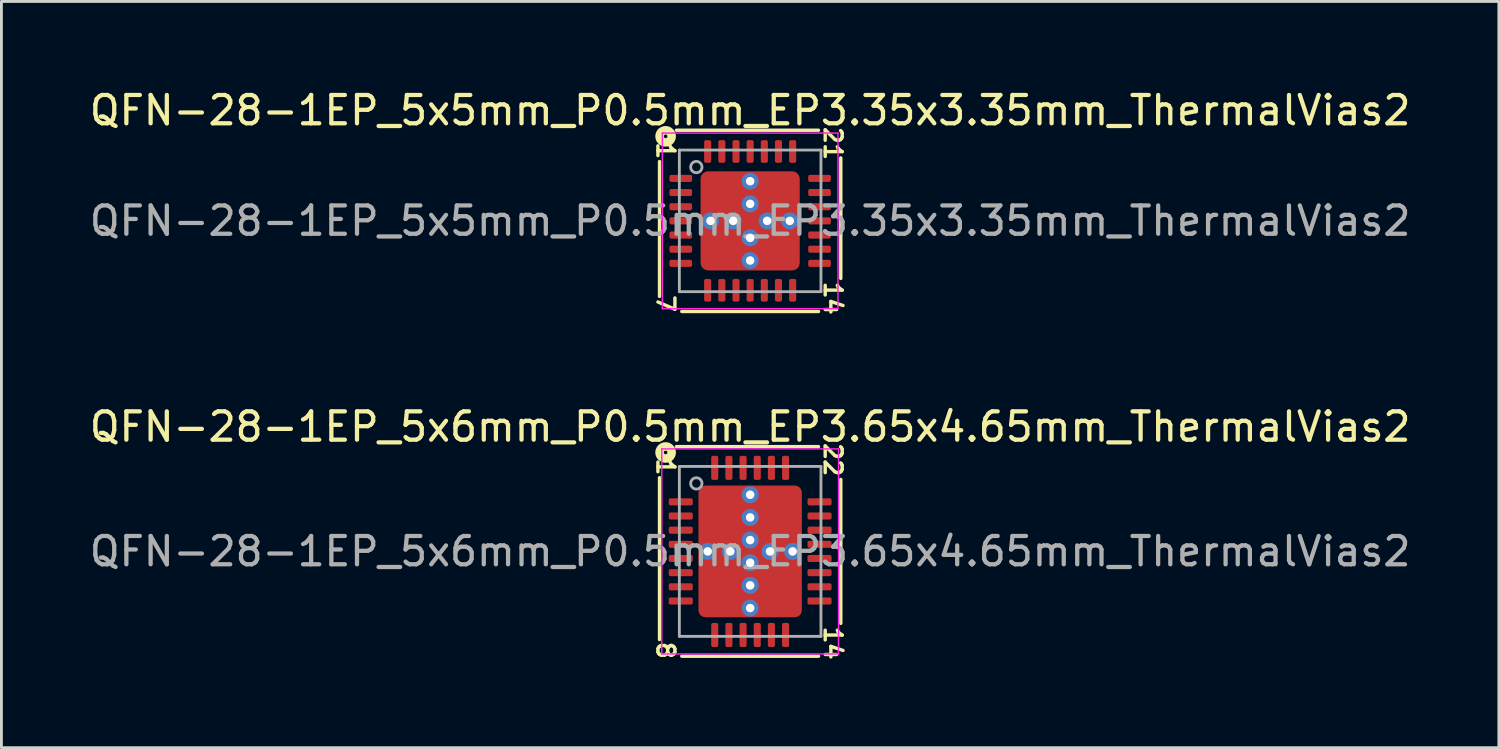
<source format=kicad_pcb>
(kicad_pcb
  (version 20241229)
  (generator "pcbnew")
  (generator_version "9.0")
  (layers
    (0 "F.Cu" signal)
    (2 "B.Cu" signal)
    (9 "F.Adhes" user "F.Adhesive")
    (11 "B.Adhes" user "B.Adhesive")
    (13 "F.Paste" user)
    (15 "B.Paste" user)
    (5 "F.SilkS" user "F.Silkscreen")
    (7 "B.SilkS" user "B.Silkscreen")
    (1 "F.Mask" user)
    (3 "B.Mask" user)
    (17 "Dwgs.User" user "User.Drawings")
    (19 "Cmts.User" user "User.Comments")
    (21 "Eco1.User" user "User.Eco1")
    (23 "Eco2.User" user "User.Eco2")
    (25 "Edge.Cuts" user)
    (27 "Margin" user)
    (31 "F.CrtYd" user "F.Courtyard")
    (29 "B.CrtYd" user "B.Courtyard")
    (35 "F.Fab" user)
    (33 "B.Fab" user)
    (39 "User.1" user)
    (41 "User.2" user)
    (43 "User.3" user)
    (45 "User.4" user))
  (footprint "QFN-28-1EP_5x6mm_P0.5mm_EP3.65x4.65mm_ThermalVias2"
    (layer "F.Cu")
    (at 23.435 16.418)
    (property "Reference" "QFN-28-1EP_5x6mm_P0.5mm_EP3.65x4.65mm_ThermalVias2" (at 0 -4.4 0) (layer "F.SilkS") (effects (font (size 1 1) (thickness 0.15))))
    (attr smd)
    (fp_line (start -3.2 -2.603) (end -3.2 3.111) (stroke (width 0.12) (type solid)) (layer "F.SilkS"))
    (fp_line (start -2.413 3.7) (end 2.413 3.7) (stroke (width 0.12) (type solid)) (layer "F.SilkS"))
    (fp_line (start 2.413 -3.7) (end -2.603 -3.7) (stroke (width 0.12) (type solid)) (layer "F.SilkS"))
    (fp_line (start 3.2 2.54) (end 3.2 -2.54) (stroke (width 0.12) (type solid)) (layer "F.SilkS"))
    (fp_circle (center -2.985 -3.493) (end -2.921 -3.493) (stroke (width 0.3) (type solid)) (fill no) (layer "F.SilkS"))
    (fp_line (start -3.12 -3.62) (end -3.12 3.62) (stroke (width 0.05) (type solid)) (layer "F.CrtYd"))
    (fp_line (start -3.12 3.62) (end 3.12 3.62) (stroke (width 0.05) (type solid)) (layer "F.CrtYd"))
    (fp_line (start 3.12 -3.62) (end -3.12 -3.62) (stroke (width 0.05) (type solid)) (layer "F.CrtYd"))
    (fp_line (start 3.12 3.62) (end 3.12 -3.62) (stroke (width 0.05) (type solid)) (layer "F.CrtYd"))
    (fp_line (start -2.5 -3) (end 2.5 -3) (stroke (width 0.1) (type solid)) (layer "F.Fab"))
    (fp_line (start -2.5 3) (end -2.5 -3) (stroke (width 0.1) (type solid)) (layer "F.Fab"))
    (fp_line (start 2.5 -3) (end 2.5 3) (stroke (width 0.1) (type solid)) (layer "F.Fab"))
    (fp_line (start 2.5 3) (end -2.5 3) (stroke (width 0.1) (type solid)) (layer "F.Fab"))
    (fp_circle (center -1.9 -2.4) (end -1.7 -2.4) (stroke (width 0.1) (type solid)) (fill no) (layer "F.Fab"))
    (fp_text user "8" (at -2.985 3.493 270) (unlocked yes) (layer "F.SilkS") (effects (font (size 0.6 0.6) (thickness 0.12))))
    (fp_text user "1" (at -2.985 -2.985 270) (unlocked yes) (layer "F.SilkS") (effects (font (size 0.6 0.6) (thickness 0.12))))
    (fp_text user "22" (at 2.921 -3.239 270) (unlocked yes) (layer "F.SilkS") (effects (font (size 0.6 0.6) (thickness 0.12))))
    (fp_text user "14" (at 2.921 3.239 270) (unlocked yes) (layer "F.SilkS") (effects (font (size 0.6 0.6) (thickness 0.12))))
    (fp_text user "${REFERENCE}" (at 0 0 0) (layer "F.Fab") (effects (font (size 1 1) (thickness 0.15))))
    (pad "" smd roundrect (at -1.363 -1.738) (size 0.475 0.725) (layers "F.Paste") (roundrect_rratio 0.25))
    (pad "" smd roundrect (at -1.363 -0.812) (size 0.475 0.725) (layers "F.Paste") (roundrect_rratio 0.25))
    (pad "" smd roundrect (at -1.363 0.812) (size 0.475 0.725) (layers "F.Paste") (roundrect_rratio 0.25))
    (pad "" smd roundrect (at -1.363 1.738) (size 0.475 0.725) (layers "F.Paste") (roundrect_rratio 0.25))
    (pad "" smd roundrect (at -1.012 -1.262) (size 1.425 1.925) (layers "F.Mask") (roundrect_rratio 0.175))
    (pad "" smd roundrect (at -1.012 1.262) (size 1.425 1.925) (layers "F.Mask") (roundrect_rratio 0.175))
    (pad "" smd roundrect (at -0.662 -1.738) (size 0.475 0.725) (layers "F.Paste") (roundrect_rratio 0.25))
    (pad "" smd roundrect (at -0.662 -0.812) (size 0.475 0.725) (layers "F.Paste") (roundrect_rratio 0.25))
    (pad "" smd roundrect (at -0.662 0.812) (size 0.475 0.725) (layers "F.Paste") (roundrect_rratio 0.25))
    (pad "" smd roundrect (at -0.662 1.738) (size 0.475 0.725) (layers "F.Paste") (roundrect_rratio 0.25))
    (pad "" smd roundrect (at 0.662 -1.738) (size 0.475 0.725) (layers "F.Paste") (roundrect_rratio 0.25))
    (pad "" smd roundrect (at 0.662 -0.812) (size 0.475 0.725) (layers "F.Paste") (roundrect_rratio 0.25))
    (pad "" smd roundrect (at 0.662 0.812) (size 0.475 0.725) (layers "F.Paste") (roundrect_rratio 0.25))
    (pad "" smd roundrect (at 0.662 1.738) (size 0.475 0.725) (layers "F.Paste") (roundrect_rratio 0.25))
    (pad "" smd roundrect (at 1.012 -1.262) (size 1.425 1.925) (layers "F.Mask") (roundrect_rratio 0.175))
    (pad "" smd roundrect (at 1.012 1.262) (size 1.425 1.925) (layers "F.Mask") (roundrect_rratio 0.175))
    (pad "" smd roundrect (at 1.363 -1.738) (size 0.475 0.725) (layers "F.Paste") (roundrect_rratio 0.25))
    (pad "" smd roundrect (at 1.363 -0.812) (size 0.475 0.725) (layers "F.Paste") (roundrect_rratio 0.25))
    (pad "" smd roundrect (at 1.363 0.812) (size 0.475 0.725) (layers "F.Paste") (roundrect_rratio 0.25))
    (pad "" smd roundrect (at 1.363 1.738) (size 0.475 0.725) (layers "F.Paste") (roundrect_rratio 0.25))
    (pad "1" smd roundrect (at -2.45 -1.75) (size 0.85 0.25) (layers "F.Cu" "F.Mask" "F.Paste") (roundrect_rratio 0.25))
    (pad "2" smd roundrect (at -2.45 -1.25) (size 0.85 0.25) (layers "F.Cu" "F.Mask" "F.Paste") (roundrect_rratio 0.25))
    (pad "3" smd roundrect (at -2.45 -0.75) (size 0.85 0.25) (layers "F.Cu" "F.Mask" "F.Paste") (roundrect_rratio 0.25))
    (pad "4" smd roundrect (at -2.45 -0.25) (size 0.85 0.25) (layers "F.Cu" "F.Mask" "F.Paste") (roundrect_rratio 0.25))
    (pad "5" smd roundrect (at -2.45 0.25) (size 0.85 0.25) (layers "F.Cu" "F.Mask" "F.Paste") (roundrect_rratio 0.25))
    (pad "6" smd roundrect (at -2.45 0.75) (size 0.85 0.25) (layers "F.Cu" "F.Mask" "F.Paste") (roundrect_rratio 0.25))
    (pad "7" smd roundrect (at -2.45 1.25) (size 0.85 0.25) (layers "F.Cu" "F.Mask" "F.Paste") (roundrect_rratio 0.25))
    (pad "8" smd roundrect (at -2.45 1.75) (size 0.85 0.25) (layers "F.Cu" "F.Mask" "F.Paste") (roundrect_rratio 0.25))
    (pad "9" smd roundrect (at -1.25 2.95) (size 0.25 0.85) (layers "F.Cu" "F.Mask" "F.Paste") (roundrect_rratio 0.25))
    (pad "10" smd roundrect (at -0.75 2.95) (size 0.25 0.85) (layers "F.Cu" "F.Mask" "F.Paste") (roundrect_rratio 0.25))
    (pad "11" smd roundrect (at -0.25 2.95) (size 0.25 0.85) (layers "F.Cu" "F.Mask" "F.Paste") (roundrect_rratio 0.25))
    (pad "12" smd roundrect (at 0.25 2.95) (size 0.25 0.85) (layers "F.Cu" "F.Mask" "F.Paste") (roundrect_rratio 0.25))
    (pad "13" smd roundrect (at 0.75 2.95) (size 0.25 0.85) (layers "F.Cu" "F.Mask" "F.Paste") (roundrect_rratio 0.25))
    (pad "14" smd roundrect (at 1.25 2.95) (size 0.25 0.85) (layers "F.Cu" "F.Mask" "F.Paste") (roundrect_rratio 0.25))
    (pad "15" smd roundrect (at 2.45 1.75) (size 0.85 0.25) (layers "F.Cu" "F.Mask" "F.Paste") (roundrect_rratio 0.25))
    (pad "16" smd roundrect (at 2.45 1.25) (size 0.85 0.25) (layers "F.Cu" "F.Mask" "F.Paste") (roundrect_rratio 0.25))
    (pad "17" smd roundrect (at 2.45 0.75) (size 0.85 0.25) (layers "F.Cu" "F.Mask" "F.Paste") (roundrect_rratio 0.25))
    (pad "18" smd roundrect (at 2.45 0.25) (size 0.85 0.25) (layers "F.Cu" "F.Mask" "F.Paste") (roundrect_rratio 0.25))
    (pad "19" smd roundrect (at 2.45 -0.25) (size 0.85 0.25) (layers "F.Cu" "F.Mask" "F.Paste") (roundrect_rratio 0.25))
    (pad "20" smd roundrect (at 2.45 -0.75) (size 0.85 0.25) (layers "F.Cu" "F.Mask" "F.Paste") (roundrect_rratio 0.25))
    (pad "21" smd roundrect (at 2.45 -1.25) (size 0.85 0.25) (layers "F.Cu" "F.Mask" "F.Paste") (roundrect_rratio 0.25))
    (pad "22" smd roundrect (at 2.45 -1.75) (size 0.85 0.25) (layers "F.Cu" "F.Mask" "F.Paste") (roundrect_rratio 0.25))
    (pad "23" smd roundrect (at 1.25 -2.95) (size 0.25 0.85) (layers "F.Cu" "F.Mask" "F.Paste") (roundrect_rratio 0.25))
    (pad "24" smd roundrect (at 0.75 -2.95) (size 0.25 0.85) (layers "F.Cu" "F.Mask" "F.Paste") (roundrect_rratio 0.25))
    (pad "25" smd roundrect (at 0.25 -2.95) (size 0.25 0.85) (layers "F.Cu" "F.Mask" "F.Paste") (roundrect_rratio 0.25))
    (pad "26" smd roundrect (at -0.25 -2.95) (size 0.25 0.85) (layers "F.Cu" "F.Mask" "F.Paste") (roundrect_rratio 0.25))
    (pad "27" smd roundrect (at -0.75 -2.95) (size 0.25 0.85) (layers "F.Cu" "F.Mask" "F.Paste") (roundrect_rratio 0.25))
    (pad "28" smd roundrect (at -1.25 -2.95) (size 0.25 0.85) (layers "F.Cu" "F.Mask" "F.Paste") (roundrect_rratio 0.25))
    (pad "29" thru_hole circle (at -1.5 0) (size 0.6 0.6) (drill 0.3) (property pad_prop_heatsink) (layers "*.Cu" "*.Mask"))
    (pad "29" thru_hole circle (at -0.7 0) (size 0.6 0.6) (drill 0.3) (property pad_prop_heatsink) (layers "*.Cu" "*.Mask"))
    (pad "29" thru_hole circle (at 0 -2) (size 0.6 0.6) (drill 0.3) (property pad_prop_heatsink) (layers "*.Cu" "*.Mask"))
    (pad "29" thru_hole circle (at 0 -1.2) (size 0.6 0.6) (drill 0.3) (property pad_prop_heatsink) (layers "*.Cu" "*.Mask"))
    (pad "29" thru_hole circle (at 0 -0.4) (size 0.6 0.6) (drill 0.3) (property pad_prop_heatsink) (layers "*.Cu" "*.Mask"))
    (pad "29" smd roundrect (at 0 0) (size 3.65 4.65) (layers "F.Cu") (roundrect_rratio 0.068))
    (pad "29" thru_hole circle (at 0 0.4) (size 0.6 0.6) (drill 0.3) (property pad_prop_heatsink) (layers "*.Cu" "*.Mask"))
    (pad "29" thru_hole circle (at 0 1.2) (size 0.6 0.6) (drill 0.3) (property pad_prop_heatsink) (layers "*.Cu" "*.Mask"))
    (pad "29" thru_hole circle (at 0 2) (size 0.6 0.6) (drill 0.3) (property pad_prop_heatsink) (layers "*.Cu" "*.Mask"))
    (pad "29" thru_hole circle (at 0.7 0) (size 0.6 0.6) (drill 0.3) (property pad_prop_heatsink) (layers "*.Cu" "*.Mask"))
    (pad "29" thru_hole circle (at 1.5 0) (size 0.6 0.6) (drill 0.3) (property pad_prop_heatsink) (layers "*.Cu" "*.Mask")))
  (footprint "QFN-28-1EP_5x5mm_P0.5mm_EP3.35x3.35mm_ThermalVias2"
    (layer "F.Cu")
    (at 23.435 4.748)
    (property "Reference" "QFN-28-1EP_5x5mm_P0.5mm_EP3.35x3.35mm_ThermalVias2" (at 0 -3.9 0) (layer "F.SilkS") (effects (font (size 1 1) (thickness 0.15))))
    (attr smd)
    (fp_line (start -3.2 -2.095) (end -3.2 2.667) (stroke (width 0.12) (type solid)) (layer "F.SilkS"))
    (fp_line (start -2.413 3.2) (end 2.413 3.2) (stroke (width 0.12) (type solid)) (layer "F.SilkS"))
    (fp_line (start 2.413 -3.2) (end -2.603 -3.2) (stroke (width 0.12) (type solid)) (layer "F.SilkS"))
    (fp_line (start 3.2 2.032) (end 3.2 -2.223) (stroke (width 0.12) (type solid)) (layer "F.SilkS"))
    (fp_circle (center -2.985 -2.985) (end -2.921 -2.985) (stroke (width 0.3) (type solid)) (fill no) (layer "F.SilkS"))
    (fp_line (start -3.1 -3.1) (end -3.1 3.1) (stroke (width 0.05) (type solid)) (layer "F.CrtYd"))
    (fp_line (start -3.1 3.1) (end 3.1 3.1) (stroke (width 0.05) (type solid)) (layer "F.CrtYd"))
    (fp_line (start 3.1 -3.1) (end -3.1 -3.1) (stroke (width 0.05) (type solid)) (layer "F.CrtYd"))
    (fp_line (start 3.1 3.1) (end 3.1 -3.1) (stroke (width 0.05) (type solid)) (layer "F.CrtYd"))
    (fp_line (start -2.5 -2.5) (end 2.5 -2.5) (stroke (width 0.1) (type solid)) (layer "F.Fab"))
    (fp_line (start -2.5 2.5) (end -2.5 -2.5) (stroke (width 0.1) (type solid)) (layer "F.Fab"))
    (fp_line (start 2.5 -2.5) (end 2.5 2.5) (stroke (width 0.1) (type solid)) (layer "F.Fab"))
    (fp_line (start 2.5 2.5) (end -2.5 2.5) (stroke (width 0.1) (type solid)) (layer "F.Fab"))
    (fp_circle (center -1.9 -1.9) (end -1.7 -1.9) (stroke (width 0.1) (type solid)) (fill no) (layer "F.Fab"))
    (fp_text user "21" (at 2.921 -2.731 270) (unlocked yes) (layer "F.SilkS") (effects (font (size 0.6 0.6) (thickness 0.12))))
    (fp_text user "1" (at -2.985 -2.477 270) (unlocked yes) (layer "F.SilkS") (effects (font (size 0.6 0.6) (thickness 0.12))))
    (fp_text user "14" (at 2.921 2.731 270) (unlocked yes) (layer "F.SilkS") (effects (font (size 0.6 0.6) (thickness 0.12))))
    (fp_text user "7" (at -2.985 2.921 270) (unlocked yes) (layer "F.SilkS") (effects (font (size 0.6 0.6) (thickness 0.12))))
    (fp_text user "${REFERENCE}" (at 0 0 0) (layer "F.Fab") (effects (font (size 1 1) (thickness 0.15))))
    (pad "" smd roundrect (at -1.312 -1.312) (size 0.475 0.475) (layers "F.Paste") (roundrect_rratio 0.25))
    (pad "" smd roundrect (at -1.312 -0.637) (size 0.475 0.475) (layers "F.Paste") (roundrect_rratio 0.25))
    (pad "" smd roundrect (at -1.312 0.637) (size 0.475 0.475) (layers "F.Paste") (roundrect_rratio 0.25))
    (pad "" smd roundrect (at -1.312 1.312) (size 0.475 0.475) (layers "F.Paste") (roundrect_rratio 0.25))
    (pad "" smd roundrect (at -0.975 -0.975) (size 1.35 1.35) (layers "F.Mask") (roundrect_rratio 0.185))
    (pad "" smd roundrect (at -0.975 0.975) (size 1.35 1.35) (layers "F.Mask") (roundrect_rratio 0.185))
    (pad "" smd roundrect (at -0.637 -1.312) (size 0.475 0.475) (layers "F.Paste") (roundrect_rratio 0.25))
    (pad "" smd roundrect (at -0.637 -0.637) (size 0.475 0.475) (layers "F.Paste") (roundrect_rratio 0.25))
    (pad "" smd roundrect (at -0.637 0.637) (size 0.475 0.475) (layers "F.Paste") (roundrect_rratio 0.25))
    (pad "" smd roundrect (at -0.637 1.312) (size 0.475 0.475) (layers "F.Paste") (roundrect_rratio 0.25))
    (pad "" smd roundrect (at 0.637 -1.312) (size 0.475 0.475) (layers "F.Paste") (roundrect_rratio 0.25))
    (pad "" smd roundrect (at 0.637 -0.637) (size 0.475 0.475) (layers "F.Paste") (roundrect_rratio 0.25))
    (pad "" smd roundrect (at 0.637 0.637) (size 0.475 0.475) (layers "F.Paste") (roundrect_rratio 0.25))
    (pad "" smd roundrect (at 0.637 1.312) (size 0.475 0.475) (layers "F.Paste") (roundrect_rratio 0.25))
    (pad "" smd roundrect (at 0.975 -0.975) (size 1.35 1.35) (layers "F.Mask") (roundrect_rratio 0.185))
    (pad "" smd roundrect (at 0.975 0.975) (size 1.35 1.35) (layers "F.Mask") (roundrect_rratio 0.185))
    (pad "" smd roundrect (at 1.312 -1.312) (size 0.475 0.475) (layers "F.Paste") (roundrect_rratio 0.25))
    (pad "" smd roundrect (at 1.312 -0.637) (size 0.475 0.475) (layers "F.Paste") (roundrect_rratio 0.25))
    (pad "" smd roundrect (at 1.312 0.637) (size 0.475 0.475) (layers "F.Paste") (roundrect_rratio 0.25))
    (pad "" smd roundrect (at 1.312 1.312) (size 0.475 0.475) (layers "F.Paste") (roundrect_rratio 0.25))
    (pad "1" smd roundrect (at -2.45 -1.5) (size 0.8 0.25) (layers "F.Cu" "F.Mask" "F.Paste") (roundrect_rratio 0.25))
    (pad "2" smd roundrect (at -2.45 -1) (size 0.8 0.25) (layers "F.Cu" "F.Mask" "F.Paste") (roundrect_rratio 0.25))
    (pad "3" smd roundrect (at -2.45 -0.5) (size 0.8 0.25) (layers "F.Cu" "F.Mask" "F.Paste") (roundrect_rratio 0.25))
    (pad "4" smd roundrect (at -2.45 0) (size 0.8 0.25) (layers "F.Cu" "F.Mask" "F.Paste") (roundrect_rratio 0.25))
    (pad "5" smd roundrect (at -2.45 0.5) (size 0.8 0.25) (layers "F.Cu" "F.Mask" "F.Paste") (roundrect_rratio 0.25))
    (pad "6" smd roundrect (at -2.45 1) (size 0.8 0.25) (layers "F.Cu" "F.Mask" "F.Paste") (roundrect_rratio 0.25))
    (pad "7" smd roundrect (at -2.45 1.5) (size 0.8 0.25) (layers "F.Cu" "F.Mask" "F.Paste") (roundrect_rratio 0.25))
    (pad "8" smd roundrect (at -1.5 2.45) (size 0.25 0.8) (layers "F.Cu" "F.Mask" "F.Paste") (roundrect_rratio 0.25))
    (pad "9" smd roundrect (at -1 2.45) (size 0.25 0.8) (layers "F.Cu" "F.Mask" "F.Paste") (roundrect_rratio 0.25))
    (pad "10" smd roundrect (at -0.5 2.45) (size 0.25 0.8) (layers "F.Cu" "F.Mask" "F.Paste") (roundrect_rratio 0.25))
    (pad "11" smd roundrect (at 0 2.45) (size 0.25 0.8) (layers "F.Cu" "F.Mask" "F.Paste") (roundrect_rratio 0.25))
    (pad "12" smd roundrect (at 0.5 2.45) (size 0.25 0.8) (layers "F.Cu" "F.Mask" "F.Paste") (roundrect_rratio 0.25))
    (pad "13" smd roundrect (at 1 2.45) (size 0.25 0.8) (layers "F.Cu" "F.Mask" "F.Paste") (roundrect_rratio 0.25))
    (pad "14" smd roundrect (at 1.5 2.45) (size 0.25 0.8) (layers "F.Cu" "F.Mask" "F.Paste") (roundrect_rratio 0.25))
    (pad "15" smd roundrect (at 2.45 1.5) (size 0.8 0.25) (layers "F.Cu" "F.Mask" "F.Paste") (roundrect_rratio 0.25))
    (pad "16" smd roundrect (at 2.45 1) (size 0.8 0.25) (layers "F.Cu" "F.Mask" "F.Paste") (roundrect_rratio 0.25))
    (pad "17" smd roundrect (at 2.45 0.5) (size 0.8 0.25) (layers "F.Cu" "F.Mask" "F.Paste") (roundrect_rratio 0.25))
    (pad "18" smd roundrect (at 2.45 0) (size 0.8 0.25) (layers "F.Cu" "F.Mask" "F.Paste") (roundrect_rratio 0.25))
    (pad "19" smd roundrect (at 2.45 -0.5) (size 0.8 0.25) (layers "F.Cu" "F.Mask" "F.Paste") (roundrect_rratio 0.25))
    (pad "20" smd roundrect (at 2.45 -1) (size 0.8 0.25) (layers "F.Cu" "F.Mask" "F.Paste") (roundrect_rratio 0.25))
    (pad "21" smd roundrect (at 2.45 -1.5) (size 0.8 0.25) (layers "F.Cu" "F.Mask" "F.Paste") (roundrect_rratio 0.25))
    (pad "22" smd roundrect (at 1.5 -2.45) (size 0.25 0.8) (layers "F.Cu" "F.Mask" "F.Paste") (roundrect_rratio 0.25))
    (pad "23" smd roundrect (at 1 -2.45) (size 0.25 0.8) (layers "F.Cu" "F.Mask" "F.Paste") (roundrect_rratio 0.25))
    (pad "24" smd roundrect (at 0.5 -2.45) (size 0.25 0.8) (layers "F.Cu" "F.Mask" "F.Paste") (roundrect_rratio 0.25))
    (pad "25" smd roundrect (at 0 -2.45) (size 0.25 0.8) (layers "F.Cu" "F.Mask" "F.Paste") (roundrect_rratio 0.25))
    (pad "26" smd roundrect (at -0.5 -2.45) (size 0.25 0.8) (layers "F.Cu" "F.Mask" "F.Paste") (roundrect_rratio 0.25))
    (pad "27" smd roundrect (at -1 -2.45) (size 0.25 0.8) (layers "F.Cu" "F.Mask" "F.Paste") (roundrect_rratio 0.25))
    (pad "28" smd roundrect (at -1.5 -2.45) (size 0.25 0.8) (layers "F.Cu" "F.Mask" "F.Paste") (roundrect_rratio 0.25))
    (pad "29" thru_hole circle (at -1.4 0) (size 0.6 0.6) (drill 0.3) (property pad_prop_heatsink) (layers "*.Cu" "*.Mask"))
    (pad "29" thru_hole circle (at -0.6 0) (size 0.6 0.6) (drill 0.3) (property pad_prop_heatsink) (layers "*.Cu" "*.Mask"))
    (pad "29" thru_hole circle (at 0 -1.4) (size 0.6 0.6) (drill 0.3) (property pad_prop_heatsink) (layers "*.Cu" "*.Mask"))
    (pad "29" thru_hole circle (at 0 -0.6) (size 0.6 0.6) (drill 0.3) (property pad_prop_heatsink) (layers "*.Cu" "*.Mask"))
    (pad "29" smd roundrect (at 0 0) (size 3.5 3.5) (layers "F.Cu") (roundrect_rratio 0.075))
    (pad "29" thru_hole circle (at 0 0.6) (size 0.6 0.6) (drill 0.3) (property pad_prop_heatsink) (layers "*.Cu" "*.Mask"))
    (pad "29" thru_hole circle (at 0 1.4) (size 0.6 0.6) (drill 0.3) (property pad_prop_heatsink) (layers "*.Cu" "*.Mask"))
    (pad "29" thru_hole circle (at 0.6 0) (size 0.6 0.6) (drill 0.3) (property pad_prop_heatsink) (layers "*.Cu" "*.Mask"))
    (pad "29" thru_hole circle (at 1.4 0) (size 0.6 0.6) (drill 0.3) (property pad_prop_heatsink) (layers "*.Cu" "*.Mask")))
  (gr_rect
    (start -3 -3)
    (end 49.869 23.348)
    (stroke (width 0.1) (type default))
    (fill no)
    (layer "Edge.Cuts")))
</source>
